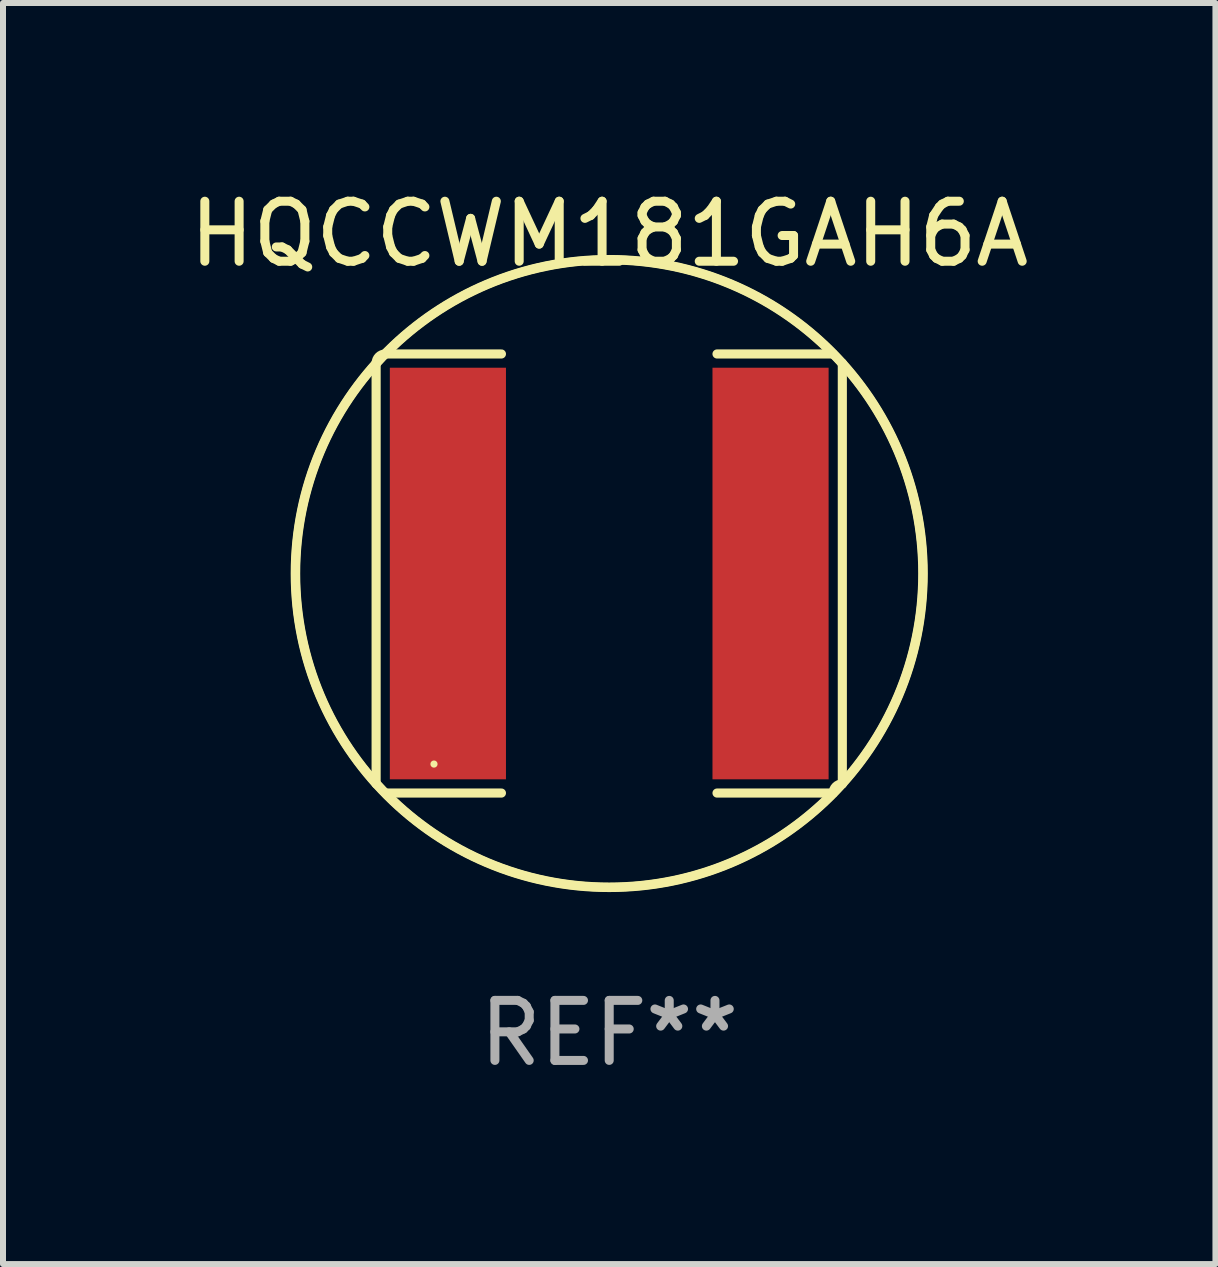
<source format=kicad_pcb>
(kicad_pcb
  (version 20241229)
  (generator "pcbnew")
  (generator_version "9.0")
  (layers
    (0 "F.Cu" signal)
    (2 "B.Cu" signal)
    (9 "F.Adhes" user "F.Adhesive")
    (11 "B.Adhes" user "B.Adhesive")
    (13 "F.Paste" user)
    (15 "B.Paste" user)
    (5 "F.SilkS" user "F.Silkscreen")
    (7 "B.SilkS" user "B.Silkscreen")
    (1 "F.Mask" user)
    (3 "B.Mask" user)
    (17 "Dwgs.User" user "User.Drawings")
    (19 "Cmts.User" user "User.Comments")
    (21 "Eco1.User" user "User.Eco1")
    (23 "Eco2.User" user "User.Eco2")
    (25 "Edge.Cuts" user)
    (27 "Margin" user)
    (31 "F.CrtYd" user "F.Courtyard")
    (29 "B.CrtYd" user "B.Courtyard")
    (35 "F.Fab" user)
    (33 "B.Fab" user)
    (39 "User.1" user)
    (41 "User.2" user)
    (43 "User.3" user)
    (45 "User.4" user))
  (footprint "HQCCWM181GAH6A"
    (layer "F.Cu")
    (at 7.101 6.506)
    (property "Reference" "HQCCWM181GAH6A" (at 0 -5.658 0) (layer "F.SilkS") (effects (font (size 1 1) (thickness 0.15))))
    (attr through_hole)
    (fp_line (start -3.884 -3.505) (end -3.884 3.505) (stroke (width 0.152) (type solid)) (layer "F.SilkS"))
    (fp_line (start -3.731 3.658) (end -1.796 3.658) (stroke (width 0.152) (type solid)) (layer "F.SilkS"))
    (fp_line (start -1.796 -3.658) (end -3.731 -3.658) (stroke (width 0.152) (type solid)) (layer "F.SilkS"))
    (fp_line (start 1.796 -3.658) (end 3.731 -3.658) (stroke (width 0.152) (type solid)) (layer "F.SilkS"))
    (fp_line (start 3.731 3.658) (end 1.796 3.658) (stroke (width 0.152) (type solid)) (layer "F.SilkS"))
    (fp_line (start 3.884 -3.505) (end 3.884 3.505) (stroke (width 0.152) (type solid)) (layer "F.SilkS"))
    (fp_arc (start -3.8836 -3.505199) (mid -3.838963 -3.612963) (end -3.731199 -3.6576) (stroke (width 0.1524) (type solid)) (layer "F.SilkS"))
    (fp_arc (start -3.883599 3.505199) (mid 3.883577 -3.505177) (end -3.883599 3.505199) (stroke (width 0.1524) (type solid)) (layer "F.SilkS"))
    (fp_arc (start 3.731198 3.6576) (mid 3.775835 3.549836) (end 3.883599 3.505199) (stroke (width 0.1524) (type solid)) (layer "F.SilkS"))
    (fp_arc (start 3.731199 -3.6576) (mid -3.731221 3.657622) (end 3.731199 -3.6576) (stroke (width 0.1524) (type solid)) (layer "F.SilkS"))
    (fp_circle (center -2.92 3.175) (end -2.89 3.175) (stroke (width 0.06) (type solid)) (fill no) (layer "F.SilkS"))
    (fp_text user "REF**" (at 0 7.658 0) (layer "F.Fab") (effects (font (size 1 1) (thickness 0.15))))
    (pad "1" smd rect (at -2.688 0) (size 1.935 6.858) (layers "F.Cu" "F.Mask" "F.Paste"))
    (pad "2" smd rect (at 2.688 0) (size 1.935 6.858) (layers "F.Cu" "F.Mask" "F.Paste")))
  (gr_rect
    (start -3 -3)
    (end 17.202 18.012)
    (stroke (width 0.1) (type default))
    (fill no)
    (layer "Edge.Cuts")))
</source>
